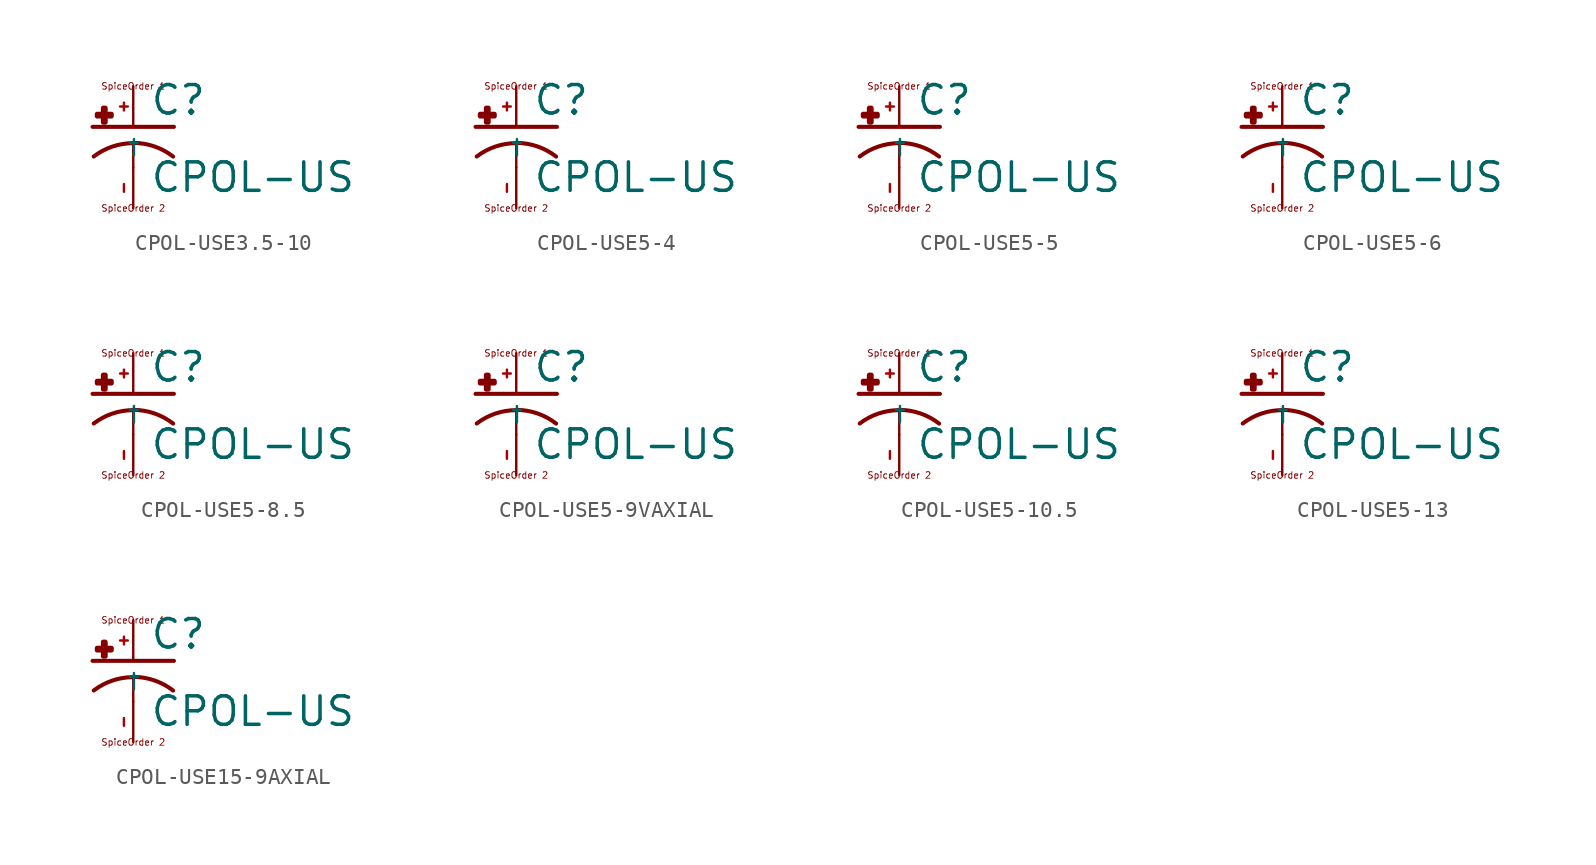
<source format=kicad_sym>
(kicad_symbol_lib
  (version 20220914)
  (generator Eagle2Kicad)
  (symbol "CPOL-USE3.5-10"
    (property "Reference" "C"
      (at 1.016 0.635 0)
      (effects (font (size 1.778 1.778) (thickness 0.22)) (justify left bottom)))
    (property "Value" "CPOL-US"
      (at 1.016 -4.191 0)
      (effects (font (size 1.778 1.778) (thickness 0.22)) (justify left bottom)))
    (polyline
      (pts (xy -2.54 0) (xy 2.54 0))
      (stroke (width 0.254) (type default))
      (fill (type none)))
    (polyline
      (pts (xy 0 -1.016) (xy 0 -2.54))
      (stroke (width 0.152) (type default))
      (fill (type none)))
    (arc
      (start 2.4892 -1.8542)
      (mid 1.316 -1.220)
      (end 0 -1)
      (stroke (width 0.254) (type default))
      (fill (type none)))
    (arc
      (start 0 -1.0161)
      (mid -1.302 -1.230)
      (end -2.4669 -1.8504)
      (stroke (width 0.254) (type default))
      (fill (type none)))
    (text "SpiceOrder 1"
      (at 0 2.54 0)
      (effects (font (size 0.406 0.406) (thickness 0.05))))
    (text "SpiceOrder 2"
      (at 0 -5.08 0)
      (effects (font (size 0.406 0.406) (thickness 0.05))))
    (rectangle
      (start -2.253 0.668)
      (end -1.364 0.795)
      (stroke (width 0.3) (type default))
      (fill (type outline)))
    (rectangle
      (start -1.872 0.287)
      (end -1.745 1.176)
      (stroke (width 0.3) (type default))
      (fill (type outline)))
    (pin passive line
      (at 0 2.54 270)
      (length 2.54)
      (name "+" (effects (font (size 0.635 0.635) (thickness 0.08)) (justify left bottom)))
      (number "+" (effects (font (size 0.635 0.635) (thickness 0.08)) (justify left bottom))))
    (pin passive line
      (at 0 -5.08 90)
      (length 2.54)
      (name "-" (effects (font (size 0.635 0.635) (thickness 0.08)) (justify left bottom)))
      (number "-" (effects (font (size 0.635 0.635) (thickness 0.08)) (justify left bottom)))))
  (symbol "CPOL-USE5-4"
    (property "Reference" "C"
      (at 1.016 0.635 0)
      (effects (font (size 1.778 1.778) (thickness 0.22)) (justify left bottom)))
    (property "Value" "CPOL-US"
      (at 1.016 -4.191 0)
      (effects (font (size 1.778 1.778) (thickness 0.22)) (justify left bottom)))
    (polyline
      (pts (xy -2.54 0) (xy 2.54 0))
      (stroke (width 0.254) (type default))
      (fill (type none)))
    (polyline
      (pts (xy 0 -1.016) (xy 0 -2.54))
      (stroke (width 0.152) (type default))
      (fill (type none)))
    (arc
      (start 2.4892 -1.8542)
      (mid 1.316 -1.220)
      (end 0 -1)
      (stroke (width 0.254) (type default))
      (fill (type none)))
    (arc
      (start 0 -1.0161)
      (mid -1.302 -1.230)
      (end -2.4669 -1.8504)
      (stroke (width 0.254) (type default))
      (fill (type none)))
    (text "SpiceOrder 1"
      (at 0 2.54 0)
      (effects (font (size 0.406 0.406) (thickness 0.05))))
    (text "SpiceOrder 2"
      (at 0 -5.08 0)
      (effects (font (size 0.406 0.406) (thickness 0.05))))
    (rectangle
      (start -2.253 0.668)
      (end -1.364 0.795)
      (stroke (width 0.3) (type default))
      (fill (type outline)))
    (rectangle
      (start -1.872 0.287)
      (end -1.745 1.176)
      (stroke (width 0.3) (type default))
      (fill (type outline)))
    (pin passive line
      (at 0 2.54 270)
      (length 2.54)
      (name "+" (effects (font (size 0.635 0.635) (thickness 0.08)) (justify left bottom)))
      (number "+" (effects (font (size 0.635 0.635) (thickness 0.08)) (justify left bottom))))
    (pin passive line
      (at 0 -5.08 90)
      (length 2.54)
      (name "-" (effects (font (size 0.635 0.635) (thickness 0.08)) (justify left bottom)))
      (number "-" (effects (font (size 0.635 0.635) (thickness 0.08)) (justify left bottom)))))
  (symbol "CPOL-USE5-5"
    (property "Reference" "C"
      (at 1.016 0.635 0)
      (effects (font (size 1.778 1.778) (thickness 0.22)) (justify left bottom)))
    (property "Value" "CPOL-US"
      (at 1.016 -4.191 0)
      (effects (font (size 1.778 1.778) (thickness 0.22)) (justify left bottom)))
    (polyline
      (pts (xy -2.54 0) (xy 2.54 0))
      (stroke (width 0.254) (type default))
      (fill (type none)))
    (polyline
      (pts (xy 0 -1.016) (xy 0 -2.54))
      (stroke (width 0.152) (type default))
      (fill (type none)))
    (arc
      (start 2.4892 -1.8542)
      (mid 1.316 -1.220)
      (end 0 -1)
      (stroke (width 0.254) (type default))
      (fill (type none)))
    (arc
      (start 0 -1.0161)
      (mid -1.302 -1.230)
      (end -2.4669 -1.8504)
      (stroke (width 0.254) (type default))
      (fill (type none)))
    (text "SpiceOrder 1"
      (at 0 2.54 0)
      (effects (font (size 0.406 0.406) (thickness 0.05))))
    (text "SpiceOrder 2"
      (at 0 -5.08 0)
      (effects (font (size 0.406 0.406) (thickness 0.05))))
    (rectangle
      (start -2.253 0.668)
      (end -1.364 0.795)
      (stroke (width 0.3) (type default))
      (fill (type outline)))
    (rectangle
      (start -1.872 0.287)
      (end -1.745 1.176)
      (stroke (width 0.3) (type default))
      (fill (type outline)))
    (pin passive line
      (at 0 2.54 270)
      (length 2.54)
      (name "+" (effects (font (size 0.635 0.635) (thickness 0.08)) (justify left bottom)))
      (number "+" (effects (font (size 0.635 0.635) (thickness 0.08)) (justify left bottom))))
    (pin passive line
      (at 0 -5.08 90)
      (length 2.54)
      (name "-" (effects (font (size 0.635 0.635) (thickness 0.08)) (justify left bottom)))
      (number "-" (effects (font (size 0.635 0.635) (thickness 0.08)) (justify left bottom)))))
  (symbol "CPOL-USE5-6"
    (property "Reference" "C"
      (at 1.016 0.635 0)
      (effects (font (size 1.778 1.778) (thickness 0.22)) (justify left bottom)))
    (property "Value" "CPOL-US"
      (at 1.016 -4.191 0)
      (effects (font (size 1.778 1.778) (thickness 0.22)) (justify left bottom)))
    (polyline
      (pts (xy -2.54 0) (xy 2.54 0))
      (stroke (width 0.254) (type default))
      (fill (type none)))
    (polyline
      (pts (xy 0 -1.016) (xy 0 -2.54))
      (stroke (width 0.152) (type default))
      (fill (type none)))
    (arc
      (start 2.4892 -1.8542)
      (mid 1.316 -1.220)
      (end 0 -1)
      (stroke (width 0.254) (type default))
      (fill (type none)))
    (arc
      (start 0 -1.0161)
      (mid -1.302 -1.230)
      (end -2.4669 -1.8504)
      (stroke (width 0.254) (type default))
      (fill (type none)))
    (text "SpiceOrder 1"
      (at 0 2.54 0)
      (effects (font (size 0.406 0.406) (thickness 0.05))))
    (text "SpiceOrder 2"
      (at 0 -5.08 0)
      (effects (font (size 0.406 0.406) (thickness 0.05))))
    (rectangle
      (start -2.253 0.668)
      (end -1.364 0.795)
      (stroke (width 0.3) (type default))
      (fill (type outline)))
    (rectangle
      (start -1.872 0.287)
      (end -1.745 1.176)
      (stroke (width 0.3) (type default))
      (fill (type outline)))
    (pin passive line
      (at 0 2.54 270)
      (length 2.54)
      (name "+" (effects (font (size 0.635 0.635) (thickness 0.08)) (justify left bottom)))
      (number "+" (effects (font (size 0.635 0.635) (thickness 0.08)) (justify left bottom))))
    (pin passive line
      (at 0 -5.08 90)
      (length 2.54)
      (name "-" (effects (font (size 0.635 0.635) (thickness 0.08)) (justify left bottom)))
      (number "-" (effects (font (size 0.635 0.635) (thickness 0.08)) (justify left bottom)))))
  (symbol "CPOL-USE5-8.5"
    (property "Reference" "C"
      (at 1.016 0.635 0)
      (effects (font (size 1.778 1.778) (thickness 0.22)) (justify left bottom)))
    (property "Value" "CPOL-US"
      (at 1.016 -4.191 0)
      (effects (font (size 1.778 1.778) (thickness 0.22)) (justify left bottom)))
    (polyline
      (pts (xy -2.54 0) (xy 2.54 0))
      (stroke (width 0.254) (type default))
      (fill (type none)))
    (polyline
      (pts (xy 0 -1.016) (xy 0 -2.54))
      (stroke (width 0.152) (type default))
      (fill (type none)))
    (arc
      (start 2.4892 -1.8542)
      (mid 1.316 -1.220)
      (end 0 -1)
      (stroke (width 0.254) (type default))
      (fill (type none)))
    (arc
      (start 0 -1.0161)
      (mid -1.302 -1.230)
      (end -2.4669 -1.8504)
      (stroke (width 0.254) (type default))
      (fill (type none)))
    (text "SpiceOrder 1"
      (at 0 2.54 0)
      (effects (font (size 0.406 0.406) (thickness 0.05))))
    (text "SpiceOrder 2"
      (at 0 -5.08 0)
      (effects (font (size 0.406 0.406) (thickness 0.05))))
    (rectangle
      (start -2.253 0.668)
      (end -1.364 0.795)
      (stroke (width 0.3) (type default))
      (fill (type outline)))
    (rectangle
      (start -1.872 0.287)
      (end -1.745 1.176)
      (stroke (width 0.3) (type default))
      (fill (type outline)))
    (pin passive line
      (at 0 2.54 270)
      (length 2.54)
      (name "+" (effects (font (size 0.635 0.635) (thickness 0.08)) (justify left bottom)))
      (number "+" (effects (font (size 0.635 0.635) (thickness 0.08)) (justify left bottom))))
    (pin passive line
      (at 0 -5.08 90)
      (length 2.54)
      (name "-" (effects (font (size 0.635 0.635) (thickness 0.08)) (justify left bottom)))
      (number "-" (effects (font (size 0.635 0.635) (thickness 0.08)) (justify left bottom)))))
  (symbol "CPOL-USE5-9VAXIAL"
    (property "Reference" "C"
      (at 1.016 0.635 0)
      (effects (font (size 1.778 1.778) (thickness 0.22)) (justify left bottom)))
    (property "Value" "CPOL-US"
      (at 1.016 -4.191 0)
      (effects (font (size 1.778 1.778) (thickness 0.22)) (justify left bottom)))
    (polyline
      (pts (xy -2.54 0) (xy 2.54 0))
      (stroke (width 0.254) (type default))
      (fill (type none)))
    (polyline
      (pts (xy 0 -1.016) (xy 0 -2.54))
      (stroke (width 0.152) (type default))
      (fill (type none)))
    (arc
      (start 2.4892 -1.8542)
      (mid 1.316 -1.220)
      (end 0 -1)
      (stroke (width 0.254) (type default))
      (fill (type none)))
    (arc
      (start 0 -1.0161)
      (mid -1.302 -1.230)
      (end -2.4669 -1.8504)
      (stroke (width 0.254) (type default))
      (fill (type none)))
    (text "SpiceOrder 1"
      (at 0 2.54 0)
      (effects (font (size 0.406 0.406) (thickness 0.05))))
    (text "SpiceOrder 2"
      (at 0 -5.08 0)
      (effects (font (size 0.406 0.406) (thickness 0.05))))
    (rectangle
      (start -2.253 0.668)
      (end -1.364 0.795)
      (stroke (width 0.3) (type default))
      (fill (type outline)))
    (rectangle
      (start -1.872 0.287)
      (end -1.745 1.176)
      (stroke (width 0.3) (type default))
      (fill (type outline)))
    (pin passive line
      (at 0 2.54 270)
      (length 2.54)
      (name "+" (effects (font (size 0.635 0.635) (thickness 0.08)) (justify left bottom)))
      (number "+" (effects (font (size 0.635 0.635) (thickness 0.08)) (justify left bottom))))
    (pin passive line
      (at 0 -5.08 90)
      (length 2.54)
      (name "-" (effects (font (size 0.635 0.635) (thickness 0.08)) (justify left bottom)))
      (number "-" (effects (font (size 0.635 0.635) (thickness 0.08)) (justify left bottom)))))
  (symbol "CPOL-USE5-10.5"
    (property "Reference" "C"
      (at 1.016 0.635 0)
      (effects (font (size 1.778 1.778) (thickness 0.22)) (justify left bottom)))
    (property "Value" "CPOL-US"
      (at 1.016 -4.191 0)
      (effects (font (size 1.778 1.778) (thickness 0.22)) (justify left bottom)))
    (polyline
      (pts (xy -2.54 0) (xy 2.54 0))
      (stroke (width 0.254) (type default))
      (fill (type none)))
    (polyline
      (pts (xy 0 -1.016) (xy 0 -2.54))
      (stroke (width 0.152) (type default))
      (fill (type none)))
    (arc
      (start 2.4892 -1.8542)
      (mid 1.316 -1.220)
      (end 0 -1)
      (stroke (width 0.254) (type default))
      (fill (type none)))
    (arc
      (start 0 -1.0161)
      (mid -1.302 -1.230)
      (end -2.4669 -1.8504)
      (stroke (width 0.254) (type default))
      (fill (type none)))
    (text "SpiceOrder 1"
      (at 0 2.54 0)
      (effects (font (size 0.406 0.406) (thickness 0.05))))
    (text "SpiceOrder 2"
      (at 0 -5.08 0)
      (effects (font (size 0.406 0.406) (thickness 0.05))))
    (rectangle
      (start -2.253 0.668)
      (end -1.364 0.795)
      (stroke (width 0.3) (type default))
      (fill (type outline)))
    (rectangle
      (start -1.872 0.287)
      (end -1.745 1.176)
      (stroke (width 0.3) (type default))
      (fill (type outline)))
    (pin passive line
      (at 0 2.54 270)
      (length 2.54)
      (name "+" (effects (font (size 0.635 0.635) (thickness 0.08)) (justify left bottom)))
      (number "+" (effects (font (size 0.635 0.635) (thickness 0.08)) (justify left bottom))))
    (pin passive line
      (at 0 -5.08 90)
      (length 2.54)
      (name "-" (effects (font (size 0.635 0.635) (thickness 0.08)) (justify left bottom)))
      (number "-" (effects (font (size 0.635 0.635) (thickness 0.08)) (justify left bottom)))))
  (symbol "CPOL-USE5-13"
    (property "Reference" "C"
      (at 1.016 0.635 0)
      (effects (font (size 1.778 1.778) (thickness 0.22)) (justify left bottom)))
    (property "Value" "CPOL-US"
      (at 1.016 -4.191 0)
      (effects (font (size 1.778 1.778) (thickness 0.22)) (justify left bottom)))
    (polyline
      (pts (xy -2.54 0) (xy 2.54 0))
      (stroke (width 0.254) (type default))
      (fill (type none)))
    (polyline
      (pts (xy 0 -1.016) (xy 0 -2.54))
      (stroke (width 0.152) (type default))
      (fill (type none)))
    (arc
      (start 2.4892 -1.8542)
      (mid 1.316 -1.220)
      (end 0 -1)
      (stroke (width 0.254) (type default))
      (fill (type none)))
    (arc
      (start 0 -1.0161)
      (mid -1.302 -1.230)
      (end -2.4669 -1.8504)
      (stroke (width 0.254) (type default))
      (fill (type none)))
    (text "SpiceOrder 1"
      (at 0 2.54 0)
      (effects (font (size 0.406 0.406) (thickness 0.05))))
    (text "SpiceOrder 2"
      (at 0 -5.08 0)
      (effects (font (size 0.406 0.406) (thickness 0.05))))
    (rectangle
      (start -2.253 0.668)
      (end -1.364 0.795)
      (stroke (width 0.3) (type default))
      (fill (type outline)))
    (rectangle
      (start -1.872 0.287)
      (end -1.745 1.176)
      (stroke (width 0.3) (type default))
      (fill (type outline)))
    (pin passive line
      (at 0 2.54 270)
      (length 2.54)
      (name "+" (effects (font (size 0.635 0.635) (thickness 0.08)) (justify left bottom)))
      (number "+" (effects (font (size 0.635 0.635) (thickness 0.08)) (justify left bottom))))
    (pin passive line
      (at 0 -5.08 90)
      (length 2.54)
      (name "-" (effects (font (size 0.635 0.635) (thickness 0.08)) (justify left bottom)))
      (number "-" (effects (font (size 0.635 0.635) (thickness 0.08)) (justify left bottom)))))
  (symbol "CPOL-USE15-9AXIAL"
    (property "Reference" "C"
      (at 1.016 0.635 0)
      (effects (font (size 1.778 1.778) (thickness 0.22)) (justify left bottom)))
    (property "Value" "CPOL-US"
      (at 1.016 -4.191 0)
      (effects (font (size 1.778 1.778) (thickness 0.22)) (justify left bottom)))
    (polyline
      (pts (xy -2.54 0) (xy 2.54 0))
      (stroke (width 0.254) (type default))
      (fill (type none)))
    (polyline
      (pts (xy 0 -1.016) (xy 0 -2.54))
      (stroke (width 0.152) (type default))
      (fill (type none)))
    (arc
      (start 2.4892 -1.8542)
      (mid 1.316 -1.220)
      (end 0 -1)
      (stroke (width 0.254) (type default))
      (fill (type none)))
    (arc
      (start 0 -1.0161)
      (mid -1.302 -1.230)
      (end -2.4669 -1.8504)
      (stroke (width 0.254) (type default))
      (fill (type none)))
    (text "SpiceOrder 1"
      (at 0 2.54 0)
      (effects (font (size 0.406 0.406) (thickness 0.05))))
    (text "SpiceOrder 2"
      (at 0 -5.08 0)
      (effects (font (size 0.406 0.406) (thickness 0.05))))
    (rectangle
      (start -2.253 0.668)
      (end -1.364 0.795)
      (stroke (width 0.3) (type default))
      (fill (type outline)))
    (rectangle
      (start -1.872 0.287)
      (end -1.745 1.176)
      (stroke (width 0.3) (type default))
      (fill (type outline)))
    (pin passive line
      (at 0 2.54 270)
      (length 2.54)
      (name "+" (effects (font (size 0.635 0.635) (thickness 0.08)) (justify left bottom)))
      (number "+" (effects (font (size 0.635 0.635) (thickness 0.08)) (justify left bottom))))
    (pin passive line
      (at 0 -5.08 90)
      (length 2.54)
      (name "-" (effects (font (size 0.635 0.635) (thickness 0.08)) (justify left bottom)))
      (number "-" (effects (font (size 0.635 0.635) (thickness 0.08)) (justify left bottom))))))
</source>
